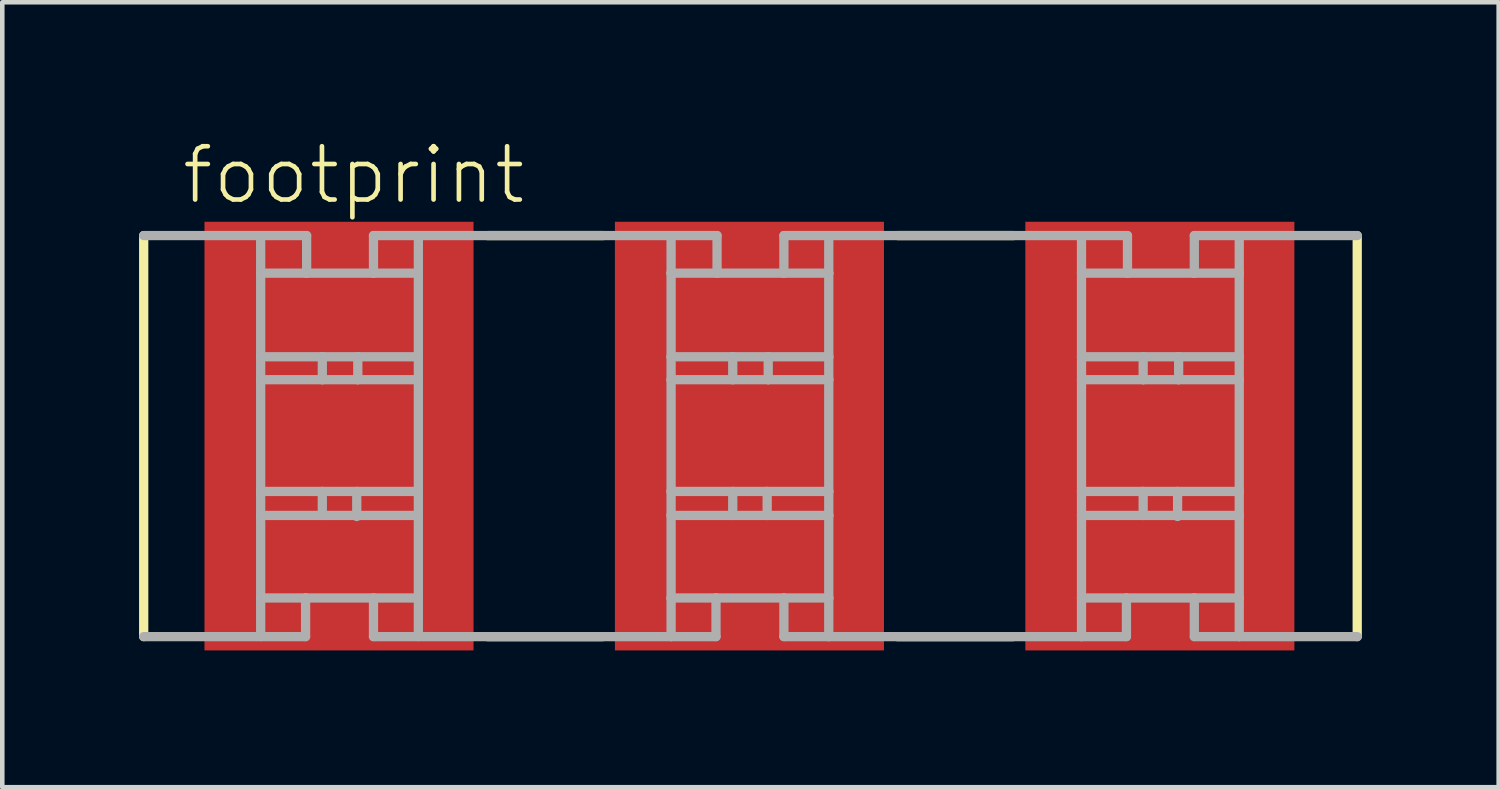
<source format=kicad_pcb>
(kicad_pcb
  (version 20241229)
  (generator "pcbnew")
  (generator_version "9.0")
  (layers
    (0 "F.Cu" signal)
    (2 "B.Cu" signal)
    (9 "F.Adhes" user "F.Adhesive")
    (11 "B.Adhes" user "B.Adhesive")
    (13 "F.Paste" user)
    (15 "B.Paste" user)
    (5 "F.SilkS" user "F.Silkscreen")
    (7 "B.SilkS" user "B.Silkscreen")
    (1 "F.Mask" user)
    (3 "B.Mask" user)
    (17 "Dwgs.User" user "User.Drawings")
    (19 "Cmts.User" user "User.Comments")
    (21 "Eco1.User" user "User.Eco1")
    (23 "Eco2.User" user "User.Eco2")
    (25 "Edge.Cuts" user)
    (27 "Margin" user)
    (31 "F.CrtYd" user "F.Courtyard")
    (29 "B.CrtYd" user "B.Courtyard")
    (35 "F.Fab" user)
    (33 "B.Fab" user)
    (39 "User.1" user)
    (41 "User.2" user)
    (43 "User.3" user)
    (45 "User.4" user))
  (footprint "footprint"
    (layer "F.Cu")
    (at 13.384 6.513)
    (property "Reference" "footprint" (at -12.5 -5.04 0) (layer "F.SilkS") (effects (font (size 1.168 1.168) (thickness 0.102)) (justify left bottom)))
    (fp_line (start -13.283 4.397) (end -13.283 -4.397) (stroke (width 0.203) (type solid)) (layer "F.SilkS"))
    (fp_line (start -5.744 -4.397) (end -3.21 -4.397) (stroke (width 0.203) (type solid)) (layer "F.SilkS"))
    (fp_line (start -3.218 4.397) (end -5.744 4.397) (stroke (width 0.203) (type solid)) (layer "F.SilkS"))
    (fp_line (start 3.256 -4.397) (end 5.79 -4.397) (stroke (width 0.203) (type solid)) (layer "F.SilkS"))
    (fp_line (start 5.782 4.397) (end 3.24 4.397) (stroke (width 0.203) (type solid)) (layer "F.SilkS"))
    (fp_line (start 13.328 -4.397) (end 13.328 4.397) (stroke (width 0.203) (type solid)) (layer "F.SilkS"))
    (fp_line (start -13.283 -4.397) (end -9.71 -4.397) (stroke (width 0.203) (type solid)) (layer "F.Fab"))
    (fp_line (start -10.718 -3.573) (end -10.718 -4.351) (stroke (width 0.203) (type solid)) (layer "F.Fab"))
    (fp_line (start -10.718 -3.573) (end -9.71 -3.573) (stroke (width 0.203) (type solid)) (layer "F.Fab"))
    (fp_line (start -10.718 -1.74) (end -10.718 -3.573) (stroke (width 0.203) (type solid)) (layer "F.Fab"))
    (fp_line (start -10.718 -1.74) (end -9.366 -1.74) (stroke (width 0.203) (type solid)) (layer "F.Fab"))
    (fp_line (start -10.718 -1.237) (end -10.718 -1.74) (stroke (width 0.203) (type solid)) (layer "F.Fab"))
    (fp_line (start -10.718 -1.237) (end -9.366 -1.237) (stroke (width 0.203) (type solid)) (layer "F.Fab"))
    (fp_line (start -10.718 1.214) (end -10.718 -1.237) (stroke (width 0.203) (type solid)) (layer "F.Fab"))
    (fp_line (start -10.718 1.214) (end -9.366 1.214) (stroke (width 0.203) (type solid)) (layer "F.Fab"))
    (fp_line (start -10.718 1.74) (end -10.718 1.214) (stroke (width 0.203) (type solid)) (layer "F.Fab"))
    (fp_line (start -10.718 1.74) (end -9.366 1.74) (stroke (width 0.203) (type solid)) (layer "F.Fab"))
    (fp_line (start -10.718 3.55) (end -10.718 1.74) (stroke (width 0.203) (type solid)) (layer "F.Fab"))
    (fp_line (start -10.718 4.397) (end -10.718 3.55) (stroke (width 0.203) (type solid)) (layer "F.Fab"))
    (fp_line (start -9.733 3.55) (end -10.718 3.55) (stroke (width 0.203) (type solid)) (layer "F.Fab"))
    (fp_line (start -9.733 3.55) (end -8.244 3.55) (stroke (width 0.203) (type solid)) (layer "F.Fab"))
    (fp_line (start -9.733 4.397) (end -13.283 4.397) (stroke (width 0.203) (type solid)) (layer "F.Fab"))
    (fp_line (start -9.733 4.397) (end -9.733 3.55) (stroke (width 0.203) (type solid)) (layer "F.Fab"))
    (fp_line (start -9.71 -3.573) (end -9.71 -4.397) (stroke (width 0.203) (type solid)) (layer "F.Fab"))
    (fp_line (start -9.71 -3.573) (end -8.244 -3.573) (stroke (width 0.203) (type solid)) (layer "F.Fab"))
    (fp_line (start -9.366 -1.74) (end -8.588 -1.74) (stroke (width 0.203) (type solid)) (layer "F.Fab"))
    (fp_line (start -9.366 -1.237) (end -9.366 -1.74) (stroke (width 0.203) (type solid)) (layer "F.Fab"))
    (fp_line (start -9.366 -1.237) (end -8.588 -1.237) (stroke (width 0.203) (type solid)) (layer "F.Fab"))
    (fp_line (start -9.366 1.214) (end -8.611 1.214) (stroke (width 0.203) (type solid)) (layer "F.Fab"))
    (fp_line (start -9.366 1.74) (end -9.366 1.214) (stroke (width 0.203) (type solid)) (layer "F.Fab"))
    (fp_line (start -9.366 1.74) (end -7.26 1.74) (stroke (width 0.203) (type solid)) (layer "F.Fab"))
    (fp_line (start -8.611 1.214) (end -7.26 1.214) (stroke (width 0.203) (type solid)) (layer "F.Fab"))
    (fp_line (start -8.611 1.763) (end -8.611 1.214) (stroke (width 0.203) (type solid)) (layer "F.Fab"))
    (fp_line (start -8.588 -1.74) (end -7.26 -1.74) (stroke (width 0.203) (type solid)) (layer "F.Fab"))
    (fp_line (start -8.588 -1.237) (end -8.588 -1.74) (stroke (width 0.203) (type solid)) (layer "F.Fab"))
    (fp_line (start -8.588 -1.237) (end -7.26 -1.237) (stroke (width 0.203) (type solid)) (layer "F.Fab"))
    (fp_line (start -8.244 -4.397) (end -0.71 -4.397) (stroke (width 0.203) (type solid)) (layer "F.Fab"))
    (fp_line (start -8.244 -3.573) (end -8.244 -4.397) (stroke (width 0.203) (type solid)) (layer "F.Fab"))
    (fp_line (start -8.244 -3.573) (end -7.26 -3.573) (stroke (width 0.203) (type solid)) (layer "F.Fab"))
    (fp_line (start -8.244 3.55) (end -7.26 3.55) (stroke (width 0.203) (type solid)) (layer "F.Fab"))
    (fp_line (start -8.244 4.397) (end -8.244 3.55) (stroke (width 0.203) (type solid)) (layer "F.Fab"))
    (fp_line (start -7.26 -3.573) (end -7.26 -4.351) (stroke (width 0.203) (type solid)) (layer "F.Fab"))
    (fp_line (start -7.26 -1.74) (end -7.26 -3.573) (stroke (width 0.203) (type solid)) (layer "F.Fab"))
    (fp_line (start -7.26 -1.237) (end -7.26 -1.74) (stroke (width 0.203) (type solid)) (layer "F.Fab"))
    (fp_line (start -7.26 1.214) (end -7.26 -1.237) (stroke (width 0.203) (type solid)) (layer "F.Fab"))
    (fp_line (start -7.26 1.74) (end -7.26 1.214) (stroke (width 0.203) (type solid)) (layer "F.Fab"))
    (fp_line (start -7.26 3.55) (end -7.26 1.74) (stroke (width 0.203) (type solid)) (layer "F.Fab"))
    (fp_line (start -7.26 4.397) (end -7.26 3.55) (stroke (width 0.203) (type solid)) (layer "F.Fab"))
    (fp_line (start -1.718 -3.573) (end -1.718 -4.351) (stroke (width 0.203) (type solid)) (layer "F.Fab"))
    (fp_line (start -1.718 -3.573) (end -0.71 -3.573) (stroke (width 0.203) (type solid)) (layer "F.Fab"))
    (fp_line (start -1.718 -1.74) (end -1.718 -3.573) (stroke (width 0.203) (type solid)) (layer "F.Fab"))
    (fp_line (start -1.718 -1.74) (end -0.366 -1.74) (stroke (width 0.203) (type solid)) (layer "F.Fab"))
    (fp_line (start -1.718 -1.237) (end -1.718 -1.74) (stroke (width 0.203) (type solid)) (layer "F.Fab"))
    (fp_line (start -1.718 -1.237) (end -0.366 -1.237) (stroke (width 0.203) (type solid)) (layer "F.Fab"))
    (fp_line (start -1.718 1.214) (end -1.718 -1.237) (stroke (width 0.203) (type solid)) (layer "F.Fab"))
    (fp_line (start -1.718 1.214) (end -0.366 1.214) (stroke (width 0.203) (type solid)) (layer "F.Fab"))
    (fp_line (start -1.718 1.74) (end -1.718 1.214) (stroke (width 0.203) (type solid)) (layer "F.Fab"))
    (fp_line (start -1.718 1.74) (end -0.366 1.74) (stroke (width 0.203) (type solid)) (layer "F.Fab"))
    (fp_line (start -1.718 3.55) (end -1.718 1.74) (stroke (width 0.203) (type solid)) (layer "F.Fab"))
    (fp_line (start -1.718 4.397) (end -8.244 4.397) (stroke (width 0.203) (type solid)) (layer "F.Fab"))
    (fp_line (start -1.718 4.397) (end -1.718 3.55) (stroke (width 0.203) (type solid)) (layer "F.Fab"))
    (fp_line (start -0.733 3.55) (end -1.718 3.55) (stroke (width 0.203) (type solid)) (layer "F.Fab"))
    (fp_line (start -0.733 3.55) (end 0.756 3.55) (stroke (width 0.203) (type solid)) (layer "F.Fab"))
    (fp_line (start -0.733 4.397) (end -1.718 4.397) (stroke (width 0.203) (type solid)) (layer "F.Fab"))
    (fp_line (start -0.733 4.397) (end -0.733 3.55) (stroke (width 0.203) (type solid)) (layer "F.Fab"))
    (fp_line (start -0.71 -3.573) (end -0.71 -4.397) (stroke (width 0.203) (type solid)) (layer "F.Fab"))
    (fp_line (start -0.71 -3.573) (end 0.756 -3.573) (stroke (width 0.203) (type solid)) (layer "F.Fab"))
    (fp_line (start -0.366 -1.74) (end 0.412 -1.74) (stroke (width 0.203) (type solid)) (layer "F.Fab"))
    (fp_line (start -0.366 -1.237) (end -0.366 -1.74) (stroke (width 0.203) (type solid)) (layer "F.Fab"))
    (fp_line (start -0.366 -1.237) (end 0.412 -1.237) (stroke (width 0.203) (type solid)) (layer "F.Fab"))
    (fp_line (start -0.366 1.214) (end 0.389 1.214) (stroke (width 0.203) (type solid)) (layer "F.Fab"))
    (fp_line (start -0.366 1.74) (end -0.366 1.214) (stroke (width 0.203) (type solid)) (layer "F.Fab"))
    (fp_line (start -0.366 1.74) (end 0.389 1.74) (stroke (width 0.203) (type solid)) (layer "F.Fab"))
    (fp_line (start 0.389 1.214) (end 1.74 1.214) (stroke (width 0.203) (type solid)) (layer "F.Fab"))
    (fp_line (start 0.389 1.74) (end 0.389 1.214) (stroke (width 0.203) (type solid)) (layer "F.Fab"))
    (fp_line (start 0.389 1.74) (end 1.74 1.74) (stroke (width 0.203) (type solid)) (layer "F.Fab"))
    (fp_line (start 0.412 -1.74) (end 1.74 -1.74) (stroke (width 0.203) (type solid)) (layer "F.Fab"))
    (fp_line (start 0.412 -1.237) (end 0.412 -1.74) (stroke (width 0.203) (type solid)) (layer "F.Fab"))
    (fp_line (start 0.412 -1.237) (end 1.74 -1.237) (stroke (width 0.203) (type solid)) (layer "F.Fab"))
    (fp_line (start 0.756 -4.397) (end 8.29 -4.397) (stroke (width 0.203) (type solid)) (layer "F.Fab"))
    (fp_line (start 0.756 -3.573) (end 0.756 -4.397) (stroke (width 0.203) (type solid)) (layer "F.Fab"))
    (fp_line (start 0.756 -3.573) (end 1.74 -3.573) (stroke (width 0.203) (type solid)) (layer "F.Fab"))
    (fp_line (start 0.756 3.55) (end 1.74 3.55) (stroke (width 0.203) (type solid)) (layer "F.Fab"))
    (fp_line (start 0.756 4.397) (end 0.756 3.55) (stroke (width 0.203) (type solid)) (layer "F.Fab"))
    (fp_line (start 1.74 -3.573) (end 1.74 -4.351) (stroke (width 0.203) (type solid)) (layer "F.Fab"))
    (fp_line (start 1.74 -1.74) (end 1.74 -3.573) (stroke (width 0.203) (type solid)) (layer "F.Fab"))
    (fp_line (start 1.74 -1.237) (end 1.74 -1.74) (stroke (width 0.203) (type solid)) (layer "F.Fab"))
    (fp_line (start 1.74 1.214) (end 1.74 -1.237) (stroke (width 0.203) (type solid)) (layer "F.Fab"))
    (fp_line (start 1.74 1.74) (end 1.74 1.214) (stroke (width 0.203) (type solid)) (layer "F.Fab"))
    (fp_line (start 1.74 3.55) (end 1.74 1.74) (stroke (width 0.203) (type solid)) (layer "F.Fab"))
    (fp_line (start 1.74 4.397) (end 0.756 4.397) (stroke (width 0.203) (type solid)) (layer "F.Fab"))
    (fp_line (start 1.74 4.397) (end 1.74 3.55) (stroke (width 0.203) (type solid)) (layer "F.Fab"))
    (fp_line (start 7.282 -3.573) (end 7.282 -4.351) (stroke (width 0.203) (type solid)) (layer "F.Fab"))
    (fp_line (start 7.282 -3.573) (end 8.29 -3.573) (stroke (width 0.203) (type solid)) (layer "F.Fab"))
    (fp_line (start 7.282 -1.74) (end 7.282 -3.573) (stroke (width 0.203) (type solid)) (layer "F.Fab"))
    (fp_line (start 7.282 -1.74) (end 8.634 -1.74) (stroke (width 0.203) (type solid)) (layer "F.Fab"))
    (fp_line (start 7.282 -1.237) (end 7.282 -1.74) (stroke (width 0.203) (type solid)) (layer "F.Fab"))
    (fp_line (start 7.282 -1.237) (end 8.634 -1.237) (stroke (width 0.203) (type solid)) (layer "F.Fab"))
    (fp_line (start 7.282 1.214) (end 7.282 -1.237) (stroke (width 0.203) (type solid)) (layer "F.Fab"))
    (fp_line (start 7.282 1.214) (end 8.634 1.214) (stroke (width 0.203) (type solid)) (layer "F.Fab"))
    (fp_line (start 7.282 1.74) (end 7.282 1.214) (stroke (width 0.203) (type solid)) (layer "F.Fab"))
    (fp_line (start 7.282 1.74) (end 8.634 1.74) (stroke (width 0.203) (type solid)) (layer "F.Fab"))
    (fp_line (start 7.282 3.55) (end 7.282 1.74) (stroke (width 0.203) (type solid)) (layer "F.Fab"))
    (fp_line (start 7.282 4.397) (end 1.74 4.397) (stroke (width 0.203) (type solid)) (layer "F.Fab"))
    (fp_line (start 7.282 4.397) (end 7.282 3.55) (stroke (width 0.203) (type solid)) (layer "F.Fab"))
    (fp_line (start 8.267 3.55) (end 7.282 3.55) (stroke (width 0.203) (type solid)) (layer "F.Fab"))
    (fp_line (start 8.267 3.55) (end 9.756 3.55) (stroke (width 0.203) (type solid)) (layer "F.Fab"))
    (fp_line (start 8.267 4.397) (end 7.282 4.397) (stroke (width 0.203) (type solid)) (layer "F.Fab"))
    (fp_line (start 8.267 4.397) (end 8.267 3.55) (stroke (width 0.203) (type solid)) (layer "F.Fab"))
    (fp_line (start 8.29 -3.573) (end 8.29 -4.397) (stroke (width 0.203) (type solid)) (layer "F.Fab"))
    (fp_line (start 8.29 -3.573) (end 9.756 -3.573) (stroke (width 0.203) (type solid)) (layer "F.Fab"))
    (fp_line (start 8.634 -1.74) (end 9.412 -1.74) (stroke (width 0.203) (type solid)) (layer "F.Fab"))
    (fp_line (start 8.634 -1.237) (end 8.634 -1.74) (stroke (width 0.203) (type solid)) (layer "F.Fab"))
    (fp_line (start 8.634 -1.237) (end 9.412 -1.237) (stroke (width 0.203) (type solid)) (layer "F.Fab"))
    (fp_line (start 8.634 1.214) (end 9.389 1.214) (stroke (width 0.203) (type solid)) (layer "F.Fab"))
    (fp_line (start 8.634 1.74) (end 8.634 1.214) (stroke (width 0.203) (type solid)) (layer "F.Fab"))
    (fp_line (start 8.634 1.74) (end 10.741 1.74) (stroke (width 0.203) (type solid)) (layer "F.Fab"))
    (fp_line (start 9.389 1.214) (end 10.741 1.214) (stroke (width 0.203) (type solid)) (layer "F.Fab"))
    (fp_line (start 9.389 1.763) (end 9.389 1.214) (stroke (width 0.203) (type solid)) (layer "F.Fab"))
    (fp_line (start 9.412 -1.74) (end 10.741 -1.74) (stroke (width 0.203) (type solid)) (layer "F.Fab"))
    (fp_line (start 9.412 -1.237) (end 9.412 -1.74) (stroke (width 0.203) (type solid)) (layer "F.Fab"))
    (fp_line (start 9.412 -1.237) (end 10.741 -1.237) (stroke (width 0.203) (type solid)) (layer "F.Fab"))
    (fp_line (start 9.756 -4.397) (end 13.328 -4.397) (stroke (width 0.203) (type solid)) (layer "F.Fab"))
    (fp_line (start 9.756 -3.573) (end 9.756 -4.397) (stroke (width 0.203) (type solid)) (layer "F.Fab"))
    (fp_line (start 9.756 -3.573) (end 10.741 -3.573) (stroke (width 0.203) (type solid)) (layer "F.Fab"))
    (fp_line (start 9.756 3.55) (end 10.741 3.55) (stroke (width 0.203) (type solid)) (layer "F.Fab"))
    (fp_line (start 9.756 4.397) (end 9.756 3.55) (stroke (width 0.203) (type solid)) (layer "F.Fab"))
    (fp_line (start 10.741 -3.573) (end 10.741 -4.351) (stroke (width 0.203) (type solid)) (layer "F.Fab"))
    (fp_line (start 10.741 -1.74) (end 10.741 -3.573) (stroke (width 0.203) (type solid)) (layer "F.Fab"))
    (fp_line (start 10.741 -1.237) (end 10.741 -1.74) (stroke (width 0.203) (type solid)) (layer "F.Fab"))
    (fp_line (start 10.741 1.214) (end 10.741 -1.237) (stroke (width 0.203) (type solid)) (layer "F.Fab"))
    (fp_line (start 10.741 1.74) (end 10.741 1.214) (stroke (width 0.203) (type solid)) (layer "F.Fab"))
    (fp_line (start 10.741 3.55) (end 10.741 1.74) (stroke (width 0.203) (type solid)) (layer "F.Fab"))
    (fp_line (start 10.741 4.397) (end 9.756 4.397) (stroke (width 0.203) (type solid)) (layer "F.Fab"))
    (fp_line (start 10.741 4.397) (end 10.741 3.55) (stroke (width 0.203) (type solid)) (layer "F.Fab"))
    (fp_line (start 13.328 4.397) (end 10.741 4.397) (stroke (width 0.203) (type solid)) (layer "F.Fab"))
    (pad "1" smd rect (at -9 0) (size 5.9 9.4) (layers "F.Cu" "F.Mask" "F.Paste"))
    (pad "2" smd rect (at 0 0) (size 5.9 9.4) (layers "F.Cu" "F.Mask" "F.Paste"))
    (pad "3" smd rect (at 9 0) (size 5.9 9.4) (layers "F.Cu" "F.Mask" "F.Paste")))
  (gr_rect
    (start -3 -3)
    (end 29.814 14.213)
    (stroke (width 0.1) (type default))
    (fill no)
    (layer "Edge.Cuts")))
</source>
